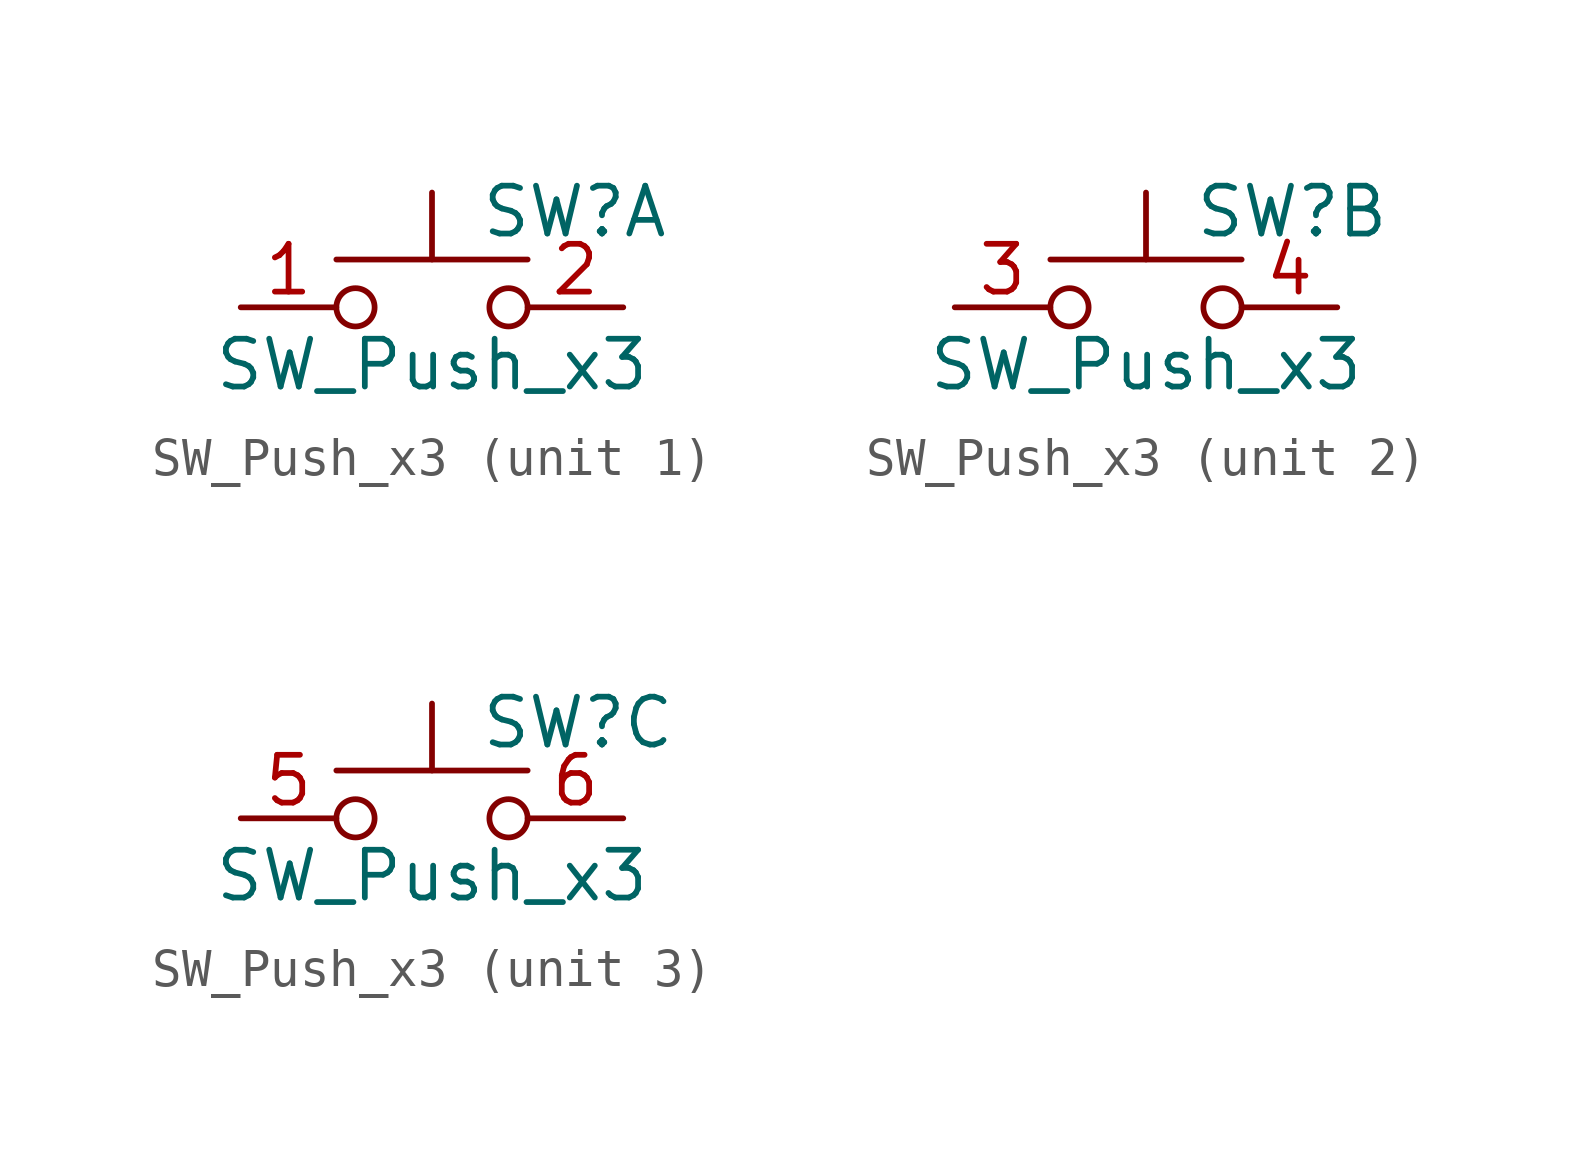
<source format=kicad_sym>
(kicad_symbol_lib
  (version 20230620)
  (generator kicad_symbol_editor)
  (symbol "SW_Push_x3"
    (pin_names
      (offset 1.016) hide)
    (property "Reference" "SW"
      (at 1.27 2.54 0)
      (effects (font (size 1.27 1.27)) (justify left)))
    (property "Value" "SW_Push_x3"
      (at 0 -1.524 0)
      (effects (font (size 1.27 1.27))))
    (symbol "SW_Push_x3_0_1"
      (circle (center -2.032 0) (radius 0.508) (stroke (width 0) (type default)) (fill (type none)))
      (polyline (pts (xy 0 1.27) (xy 0 3.048)) (stroke (width 0) (type default)) (fill (type none)))
      (polyline (pts (xy 2.54 1.27) (xy -2.54 1.27)) (stroke (width 0) (type default)) (fill (type none)))
      (circle (center 2.032 0) (radius 0.508) (stroke (width 0) (type default)) (fill (type none))))
    (symbol "SW_Push_x3_1_1"
      (pin passive line (at -5.08 0 0) (length 2.54) (name "C" (effects (font (size 1.27 1.27)))) (number "1" (effects (font (size 1.27 1.27)))))
      (pin passive line (at 5.08 0 180) (length 2.54) (name "D" (effects (font (size 1.27 1.27)))) (number "2" (effects (font (size 1.27 1.27))))))
    (symbol "SW_Push_x3_2_1"
      (pin passive line (at -5.08 0 0) (length 2.54) (name "C" (effects (font (size 1.27 1.27)))) (number "3" (effects (font (size 1.27 1.27)))))
      (pin passive line (at 5.08 0 180) (length 2.54) (name "D" (effects (font (size 1.27 1.27)))) (number "4" (effects (font (size 1.27 1.27))))))
    (symbol "SW_Push_x3_3_1"
      (pin passive line (at -5.08 0 0) (length 2.54) (name "C" (effects (font (size 1.27 1.27)))) (number "5" (effects (font (size 1.27 1.27)))))
      (pin passive line (at 5.08 0 180) (length 2.54) (name "D" (effects (font (size 1.27 1.27)))) (number "6" (effects (font (size 1.27 1.27))))))))
</source>
